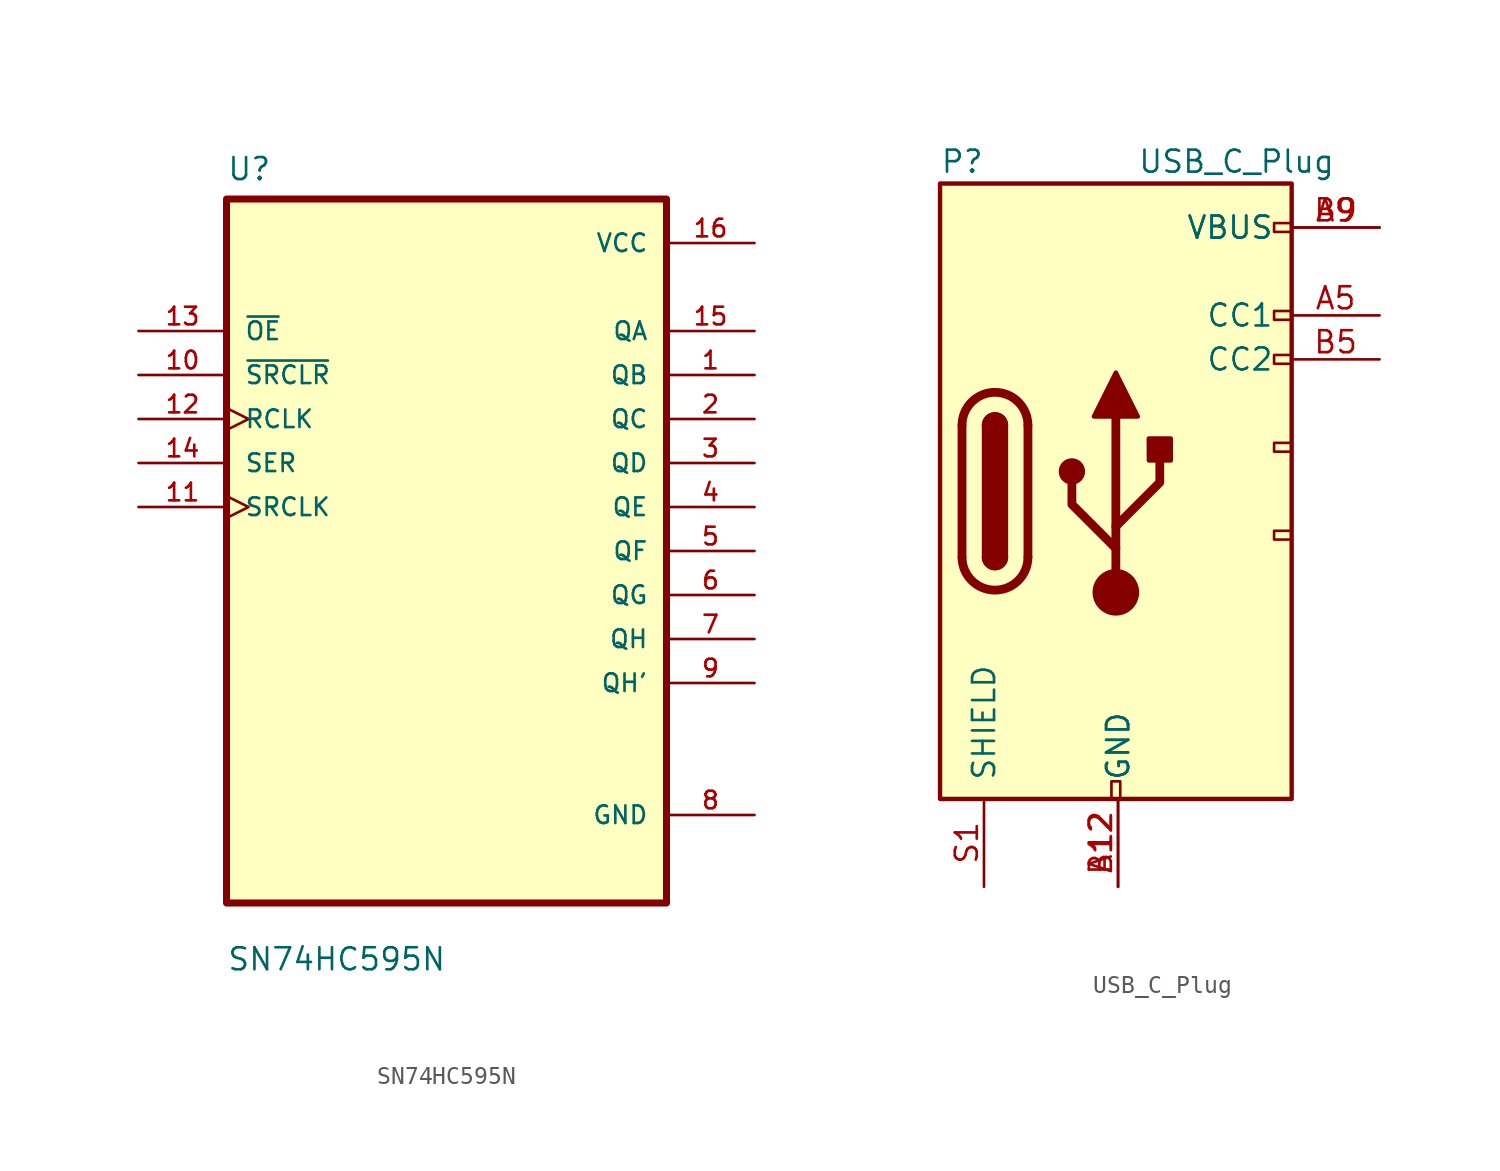
<source format=kicad_sym>
(kicad_symbol_lib
  (version 20211014)
  (generator kicad_symbol_editor)
  (symbol "SN74HC595N"
    (pin_names
      (offset 1.016))
    (property "Reference" "U"
      (at -12.7 21.311 0)
      (effects (font (size 1.27 1.27)) (justify left bottom)))
    (property "Value" "SN74HC595N"
      (at -12.7 -24.308 0)
      (effects (font (size 1.27 1.27)) (justify left bottom)))
    (property "ki_locked" ""
      (at 0 0 0)
      (effects (font (size 1.27 1.27))))
    (symbol "SN74HC595N_0_0"
      (rectangle (start -12.7 -20.32) (end 12.7 20.32) (stroke (width 0.406) (type default) (color 0 0 0 0)) (fill (type background)))
      (pin output line (at 17.78 10.16 180) (length 5.08) (name "QB" (effects (font (size 1.016 1.016)))) (number "1" (effects (font (size 1.016 1.016)))))
      (pin input line (at -17.78 10.16 0) (length 5.08) (name "~{SRCLR}" (effects (font (size 1.016 1.016)))) (number "10" (effects (font (size 1.016 1.016)))))
      (pin input clock (at -17.78 2.54 0) (length 5.08) (name "SRCLK" (effects (font (size 1.016 1.016)))) (number "11" (effects (font (size 1.016 1.016)))))
      (pin input clock (at -17.78 7.62 0) (length 5.08) (name "RCLK" (effects (font (size 1.016 1.016)))) (number "12" (effects (font (size 1.016 1.016)))))
      (pin input line (at -17.78 12.7 0) (length 5.08) (name "~{OE}" (effects (font (size 1.016 1.016)))) (number "13" (effects (font (size 1.016 1.016)))))
      (pin input line (at -17.78 5.08 0) (length 5.08) (name "SER" (effects (font (size 1.016 1.016)))) (number "14" (effects (font (size 1.016 1.016)))))
      (pin output line (at 17.78 12.7 180) (length 5.08) (name "QA" (effects (font (size 1.016 1.016)))) (number "15" (effects (font (size 1.016 1.016)))))
      (pin power_in line (at 17.78 17.78 180) (length 5.08) (name "VCC" (effects (font (size 1.016 1.016)))) (number "16" (effects (font (size 1.016 1.016)))))
      (pin output line (at 17.78 7.62 180) (length 5.08) (name "QC" (effects (font (size 1.016 1.016)))) (number "2" (effects (font (size 1.016 1.016)))))
      (pin output line (at 17.78 5.08 180) (length 5.08) (name "QD" (effects (font (size 1.016 1.016)))) (number "3" (effects (font (size 1.016 1.016)))))
      (pin output line (at 17.78 2.54 180) (length 5.08) (name "QE" (effects (font (size 1.016 1.016)))) (number "4" (effects (font (size 1.016 1.016)))))
      (pin output line (at 17.78 0 180) (length 5.08) (name "QF" (effects (font (size 1.016 1.016)))) (number "5" (effects (font (size 1.016 1.016)))))
      (pin output line (at 17.78 -2.54 180) (length 5.08) (name "QG" (effects (font (size 1.016 1.016)))) (number "6" (effects (font (size 1.016 1.016)))))
      (pin output line (at 17.78 -5.08 180) (length 5.08) (name "QH" (effects (font (size 1.016 1.016)))) (number "7" (effects (font (size 1.016 1.016)))))
      (pin power_in line (at 17.78 -15.24 180) (length 5.08) (name "GND" (effects (font (size 1.016 1.016)))) (number "8" (effects (font (size 1.016 1.016)))))
      (pin output line (at 17.78 -7.62 180) (length 5.08) (name "QH'" (effects (font (size 1.016 1.016)))) (number "9" (effects (font (size 1.016 1.016)))))))
  (symbol "USB_C_Plug"
    (pin_names
      (offset 1.016))
    (property "Reference" "P"
      (at -10.16 19.05 0)
      (effects (font (size 1.27 1.27)) (justify left)))
    (property "Value" "USB_C_Plug"
      (at 12.7 19.05 0)
      (effects (font (size 1.27 1.27)) (justify right)))
    (symbol "USB_C_Plug_0_0"
      (rectangle (start -0.254 -17.78) (end 0.254 -16.764) (stroke (width 0) (type default) (color 0 0 0 0)) (fill (type none)))
      (rectangle (start 10.16 -2.286) (end 9.144 -2.794) (stroke (width 0) (type default) (color 0 0 0 0)) (fill (type none)))
      (rectangle (start 10.16 2.794) (end 9.144 2.286) (stroke (width 0) (type default) (color 0 0 0 0)) (fill (type none)))
      (rectangle (start 10.16 7.874) (end 9.144 7.366) (stroke (width 0) (type default) (color 0 0 0 0)) (fill (type none)))
      (rectangle (start 10.16 10.414) (end 9.144 9.906) (stroke (width 0) (type default) (color 0 0 0 0)) (fill (type none)))
      (rectangle (start 10.16 15.494) (end 9.144 14.986) (stroke (width 0) (type default) (color 0 0 0 0)) (fill (type none))))
    (symbol "USB_C_Plug_0_1"
      (rectangle (start -10.16 17.78) (end 10.16 -17.78) (stroke (width 0.254) (type default) (color 0 0 0 0)) (fill (type background)))
      (arc (start -8.89 -3.81) (mid -6.985 -5.715) (end -5.08 -3.81) (stroke (width 0.508) (type default) (color 0 0 0 0)) (fill (type none)))
      (arc (start -7.62 -3.81) (mid -6.985 -4.445) (end -6.35 -3.81) (stroke (width 0.254) (type default) (color 0 0 0 0)) (fill (type none)))
      (arc (start -7.62 -3.81) (mid -6.985 -4.445) (end -6.35 -3.81) (stroke (width 0.254) (type default) (color 0 0 0 0)) (fill (type outline)))
      (rectangle (start -7.62 -3.81) (end -6.35 3.81) (stroke (width 0.254) (type default) (color 0 0 0 0)) (fill (type outline)))
      (arc (start -6.35 3.81) (mid -6.985 4.445) (end -7.62 3.81) (stroke (width 0.254) (type default) (color 0 0 0 0)) (fill (type none)))
      (arc (start -6.35 3.81) (mid -6.985 4.445) (end -7.62 3.81) (stroke (width 0.254) (type default) (color 0 0 0 0)) (fill (type outline)))
      (arc (start -5.08 3.81) (mid -6.985 5.715) (end -8.89 3.81) (stroke (width 0.508) (type default) (color 0 0 0 0)) (fill (type none)))
      (circle (center -2.54 1.143) (radius 0.635) (stroke (width 0.254) (type default) (color 0 0 0 0)) (fill (type outline)))
      (circle (center 0 -5.842) (radius 1.27) (stroke (width 0) (type default) (color 0 0 0 0)) (fill (type outline)))
      (polyline (pts (xy -8.89 -3.81) (xy -8.89 3.81)) (stroke (width 0.508) (type default) (color 0 0 0 0)) (fill (type none)))
      (polyline (pts (xy -5.08 3.81) (xy -5.08 -3.81)) (stroke (width 0.508) (type default) (color 0 0 0 0)) (fill (type none)))
      (polyline (pts (xy 0 -5.842) (xy 0 4.318)) (stroke (width 0.508) (type default) (color 0 0 0 0)) (fill (type none)))
      (polyline (pts (xy 0 -3.302) (xy -2.54 -0.762) (xy -2.54 0.508)) (stroke (width 0.508) (type default) (color 0 0 0 0)) (fill (type none)))
      (polyline (pts (xy 0 -2.032) (xy 2.54 0.508) (xy 2.54 1.778)) (stroke (width 0.508) (type default) (color 0 0 0 0)) (fill (type none)))
      (polyline (pts (xy -1.27 4.318) (xy 0 6.858) (xy 1.27 4.318) (xy -1.27 4.318)) (stroke (width 0.254) (type default) (color 0 0 0 0)) (fill (type outline)))
      (rectangle (start 1.905 1.778) (end 3.175 3.048) (stroke (width 0.254) (type default) (color 0 0 0 0)) (fill (type outline))))
    (symbol "USB_C_Plug_1_1"
      (pin passive line (at 0.127 -22.86 90) (length 5.08) (name "GND" (effects (font (size 1.27 1.27)))) (number "A12" (effects (font (size 1.27 1.27)))))
      (pin bidirectional line (at 15.24 10.16 180) (length 5.08) (name "CC1" (effects (font (size 1.27 1.27)))) (number "A5" (effects (font (size 1.27 1.27)))))
      (pin passive line (at 15.24 15.24 180) (length 5.08) (name "VBUS" (effects (font (size 1.27 1.27)))) (number "A9" (effects (font (size 1.27 1.27)))))
      (pin passive line (at 0.127 -22.86 90) (length 5.08) (name "GND" (effects (font (size 1.27 1.27)))) (number "B12" (effects (font (size 1.27 1.27)))))
      (pin bidirectional line (at 15.24 7.62 180) (length 5.08) (name "CC2" (effects (font (size 1.27 1.27)))) (number "B5" (effects (font (size 1.27 1.27)))))
      (pin passive line (at 15.24 15.24 180) (length 5.08) (name "VBUS" (effects (font (size 1.27 1.27)))) (number "B9" (effects (font (size 1.27 1.27)))))
      (pin passive line (at -7.62 -22.86 90) (length 5.08) (name "SHIELD" (effects (font (size 1.27 1.27)))) (number "S1" (effects (font (size 1.27 1.27))))))))
</source>
